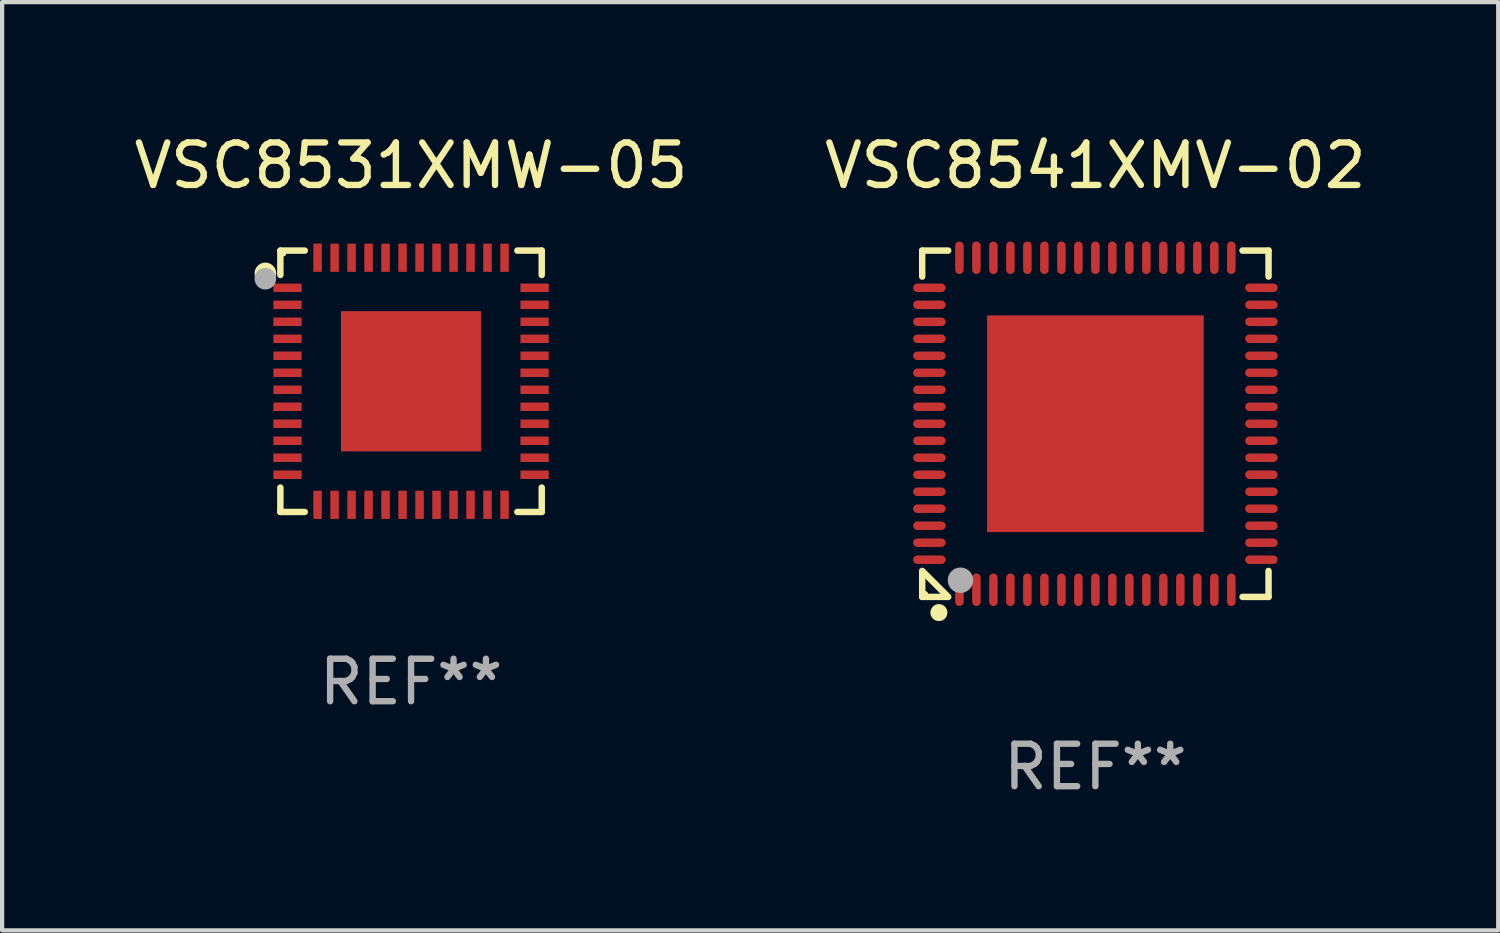
<source format=kicad_pcb>
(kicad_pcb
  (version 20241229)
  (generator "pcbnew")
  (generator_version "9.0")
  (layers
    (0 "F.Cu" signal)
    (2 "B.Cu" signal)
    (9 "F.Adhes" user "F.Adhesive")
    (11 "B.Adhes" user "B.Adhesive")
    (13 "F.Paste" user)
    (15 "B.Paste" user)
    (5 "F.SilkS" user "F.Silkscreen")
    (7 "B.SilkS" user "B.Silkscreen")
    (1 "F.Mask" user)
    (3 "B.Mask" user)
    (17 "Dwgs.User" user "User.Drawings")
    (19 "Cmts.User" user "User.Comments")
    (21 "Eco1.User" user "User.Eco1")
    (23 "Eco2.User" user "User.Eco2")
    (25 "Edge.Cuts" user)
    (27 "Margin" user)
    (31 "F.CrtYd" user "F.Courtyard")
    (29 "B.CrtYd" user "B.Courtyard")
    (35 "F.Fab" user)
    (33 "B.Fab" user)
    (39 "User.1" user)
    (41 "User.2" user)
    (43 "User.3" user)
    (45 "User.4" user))
  (footprint "VSC8531XMW-05"
    (layer "F.Cu")
    (at 6.625 5.924)
    (property "Reference" "VSC8531XMW-05" (at 0 -5.076 0) (layer "F.SilkS") (effects (font (size 1 1) (thickness 0.15))))
    (attr through_hole)
    (fp_line (start -3.076 -3.076) (end -3.076 -2.502) (stroke (width 0.152) (type solid)) (layer "F.SilkS"))
    (fp_line (start -3.076 3.076) (end -3.076 2.502) (stroke (width 0.152) (type solid)) (layer "F.SilkS"))
    (fp_line (start -2.502 -3.076) (end -3.076 -3.076) (stroke (width 0.152) (type solid)) (layer "F.SilkS"))
    (fp_line (start -2.502 3.076) (end -3.076 3.076) (stroke (width 0.152) (type solid)) (layer "F.SilkS"))
    (fp_line (start 2.502 -3.076) (end 3.076 -3.076) (stroke (width 0.152) (type solid)) (layer "F.SilkS"))
    (fp_line (start 2.502 3.076) (end 3.076 3.076) (stroke (width 0.152) (type solid)) (layer "F.SilkS"))
    (fp_line (start 3.076 -3.076) (end 3.076 -2.502) (stroke (width 0.152) (type solid)) (layer "F.SilkS"))
    (fp_line (start 3.076 3.076) (end 3.076 2.502) (stroke (width 0.152) (type solid)) (layer "F.SilkS"))
    (fp_circle (center -3.429 -2.54) (end -3.302 -2.54) (stroke (width 0.254) (type solid)) (fill no) (layer "F.SilkS"))
    (fp_circle (center -3 -3) (end -2.97 -3) (stroke (width 0.06) (type solid)) (fill no) (layer "F.SilkS"))
    (fp_circle (center -3.429 -2.413) (end -3.302 -2.413) (stroke (width 0.254) (type solid)) (fill no) (layer "F.Fab"))
    (fp_text user "REF**" (at 0 7.076 0) (layer "F.Fab") (effects (font (size 1 1) (thickness 0.15))))
    (pad "1" smd rect (at -2.908 -2.2 270) (size 0.2 0.665) (layers "F.Cu" "F.Mask" "F.Paste"))
    (pad "2" smd rect (at -2.908 -1.8 270) (size 0.2 0.665) (layers "F.Cu" "F.Mask" "F.Paste"))
    (pad "3" smd rect (at -2.908 -1.4 270) (size 0.2 0.665) (layers "F.Cu" "F.Mask" "F.Paste"))
    (pad "4" smd rect (at -2.908 -1 270) (size 0.2 0.665) (layers "F.Cu" "F.Mask" "F.Paste"))
    (pad "5" smd rect (at -2.908 -0.6 270) (size 0.2 0.665) (layers "F.Cu" "F.Mask" "F.Paste"))
    (pad "6" smd rect (at -2.908 -0.2 270) (size 0.2 0.665) (layers "F.Cu" "F.Mask" "F.Paste"))
    (pad "7" smd rect (at -2.908 0.2 270) (size 0.2 0.665) (layers "F.Cu" "F.Mask" "F.Paste"))
    (pad "8" smd rect (at -2.908 0.6 270) (size 0.2 0.665) (layers "F.Cu" "F.Mask" "F.Paste"))
    (pad "9" smd rect (at -2.908 1 270) (size 0.2 0.665) (layers "F.Cu" "F.Mask" "F.Paste"))
    (pad "10" smd rect (at -2.908 1.4 270) (size 0.2 0.665) (layers "F.Cu" "F.Mask" "F.Paste"))
    (pad "11" smd rect (at -2.908 1.8 270) (size 0.2 0.665) (layers "F.Cu" "F.Mask" "F.Paste"))
    (pad "12" smd rect (at -2.908 2.2 270) (size 0.2 0.665) (layers "F.Cu" "F.Mask" "F.Paste"))
    (pad "13" smd rect (at -2.2 2.908 270) (size 0.665 0.2) (layers "F.Cu" "F.Mask" "F.Paste"))
    (pad "14" smd rect (at -1.8 2.908 270) (size 0.665 0.2) (layers "F.Cu" "F.Mask" "F.Paste"))
    (pad "15" smd rect (at -1.4 2.908 270) (size 0.665 0.2) (layers "F.Cu" "F.Mask" "F.Paste"))
    (pad "16" smd rect (at -1 2.908 270) (size 0.665 0.2) (layers "F.Cu" "F.Mask" "F.Paste"))
    (pad "17" smd rect (at -0.6 2.908 270) (size 0.665 0.2) (layers "F.Cu" "F.Mask" "F.Paste"))
    (pad "18" smd rect (at -0.2 2.908 270) (size 0.665 0.2) (layers "F.Cu" "F.Mask" "F.Paste"))
    (pad "19" smd rect (at 0.2 2.908 270) (size 0.665 0.2) (layers "F.Cu" "F.Mask" "F.Paste"))
    (pad "20" smd rect (at 0.6 2.908 270) (size 0.665 0.2) (layers "F.Cu" "F.Mask" "F.Paste"))
    (pad "21" smd rect (at 1 2.908 270) (size 0.665 0.2) (layers "F.Cu" "F.Mask" "F.Paste"))
    (pad "22" smd rect (at 1.4 2.908 270) (size 0.665 0.2) (layers "F.Cu" "F.Mask" "F.Paste"))
    (pad "23" smd rect (at 1.8 2.908 270) (size 0.665 0.2) (layers "F.Cu" "F.Mask" "F.Paste"))
    (pad "24" smd rect (at 2.2 2.908 270) (size 0.665 0.2) (layers "F.Cu" "F.Mask" "F.Paste"))
    (pad "25" smd rect (at 2.908 2.2 270) (size 0.2 0.665) (layers "F.Cu" "F.Mask" "F.Paste"))
    (pad "26" smd rect (at 2.908 1.8 270) (size 0.2 0.665) (layers "F.Cu" "F.Mask" "F.Paste"))
    (pad "27" smd rect (at 2.908 1.4 270) (size 0.2 0.665) (layers "F.Cu" "F.Mask" "F.Paste"))
    (pad "28" smd rect (at 2.908 1 270) (size 0.2 0.665) (layers "F.Cu" "F.Mask" "F.Paste"))
    (pad "29" smd rect (at 2.908 0.6 270) (size 0.2 0.665) (layers "F.Cu" "F.Mask" "F.Paste"))
    (pad "30" smd rect (at 2.908 0.2 270) (size 0.2 0.665) (layers "F.Cu" "F.Mask" "F.Paste"))
    (pad "31" smd rect (at 2.908 -0.2 270) (size 0.2 0.665) (layers "F.Cu" "F.Mask" "F.Paste"))
    (pad "32" smd rect (at 2.908 -0.6 270) (size 0.2 0.665) (layers "F.Cu" "F.Mask" "F.Paste"))
    (pad "33" smd rect (at 2.908 -1 270) (size 0.2 0.665) (layers "F.Cu" "F.Mask" "F.Paste"))
    (pad "34" smd rect (at 2.908 -1.4 270) (size 0.2 0.665) (layers "F.Cu" "F.Mask" "F.Paste"))
    (pad "35" smd rect (at 2.908 -1.8 270) (size 0.2 0.665) (layers "F.Cu" "F.Mask" "F.Paste"))
    (pad "36" smd rect (at 2.908 -2.2 270) (size 0.2 0.665) (layers "F.Cu" "F.Mask" "F.Paste"))
    (pad "37" smd rect (at 2.2 -2.908 270) (size 0.665 0.2) (layers "F.Cu" "F.Mask" "F.Paste"))
    (pad "38" smd rect (at 1.8 -2.908 270) (size 0.665 0.2) (layers "F.Cu" "F.Mask" "F.Paste"))
    (pad "39" smd rect (at 1.4 -2.908 270) (size 0.665 0.2) (layers "F.Cu" "F.Mask" "F.Paste"))
    (pad "40" smd rect (at 1 -2.908 270) (size 0.665 0.2) (layers "F.Cu" "F.Mask" "F.Paste"))
    (pad "41" smd rect (at 0.6 -2.908 270) (size 0.665 0.2) (layers "F.Cu" "F.Mask" "F.Paste"))
    (pad "42" smd rect (at 0.2 -2.908 270) (size 0.665 0.2) (layers "F.Cu" "F.Mask" "F.Paste"))
    (pad "43" smd rect (at -0.2 -2.908 270) (size 0.665 0.2) (layers "F.Cu" "F.Mask" "F.Paste"))
    (pad "44" smd rect (at -0.6 -2.908 270) (size 0.665 0.2) (layers "F.Cu" "F.Mask" "F.Paste"))
    (pad "45" smd rect (at -1 -2.908 270) (size 0.665 0.2) (layers "F.Cu" "F.Mask" "F.Paste"))
    (pad "46" smd rect (at -1.4 -2.908 270) (size 0.665 0.2) (layers "F.Cu" "F.Mask" "F.Paste"))
    (pad "47" smd rect (at -1.8 -2.908 270) (size 0.665 0.2) (layers "F.Cu" "F.Mask" "F.Paste"))
    (pad "48" smd rect (at -2.2 -2.908 270) (size 0.665 0.2) (layers "F.Cu" "F.Mask" "F.Paste"))
    (pad "49" smd rect (at -0.000025 0.000025 270) (size 3.3 3.3) (layers "F.Cu" "F.Mask" "F.Paste")))
  (footprint "VSC8541XMV-02"
    (layer "F.Cu")
    (at 22.732 6.924)
    (property "Reference" "VSC8541XMV-02" (at 0 -6.076 0) (layer "F.SilkS") (effects (font (size 1 1) (thickness 0.15))))
    (attr through_hole)
    (fp_line (start -4.076 -4.076) (end -4.076 -3.464) (stroke (width 0.152) (type solid)) (layer "F.SilkS"))
    (fp_line (start -4.076 4.076) (end -4.076 3.464) (stroke (width 0.152) (type solid)) (layer "F.SilkS"))
    (fp_line (start -4.049 3.491) (end -3.491 4.049) (stroke (width 0.152) (type solid)) (layer "F.SilkS"))
    (fp_line (start -3.464 -4.076) (end -4.076 -4.076) (stroke (width 0.152) (type solid)) (layer "F.SilkS"))
    (fp_line (start -3.464 4.076) (end -4.076 4.076) (stroke (width 0.152) (type solid)) (layer "F.SilkS"))
    (fp_line (start 3.464 -4.076) (end 4.076 -4.076) (stroke (width 0.152) (type solid)) (layer "F.SilkS"))
    (fp_line (start 3.464 4.076) (end 4.076 4.076) (stroke (width 0.152) (type solid)) (layer "F.SilkS"))
    (fp_line (start 4.076 -4.076) (end 4.076 -3.464) (stroke (width 0.152) (type solid)) (layer "F.SilkS"))
    (fp_line (start 4.076 4.076) (end 4.076 3.464) (stroke (width 0.152) (type solid)) (layer "F.SilkS"))
    (fp_circle (center -4 4) (end -3.97 4) (stroke (width 0.06) (type solid)) (fill no) (layer "F.SilkS"))
    (fp_circle (center -3.683 4.445) (end -3.583 4.445) (stroke (width 0.2) (type solid)) (fill no) (layer "F.SilkS"))
    (fp_circle (center -3.175 3.683) (end -3.025 3.683) (stroke (width 0.3) (type solid)) (fill no) (layer "F.Fab"))
    (fp_text user "REF**" (at 0 8.076 0) (layer "F.Fab") (effects (font (size 1 1) (thickness 0.15))))
    (pad "1" smd oval (at -3.2 3.908 90) (size 0.765 0.2) (layers "F.Cu" "F.Mask" "F.Paste"))
    (pad "2" smd oval (at -2.8 3.908 90) (size 0.765 0.2) (layers "F.Cu" "F.Mask" "F.Paste"))
    (pad "3" smd oval (at -2.4 3.908 90) (size 0.765 0.2) (layers "F.Cu" "F.Mask" "F.Paste"))
    (pad "4" smd oval (at -2 3.908 90) (size 0.765 0.2) (layers "F.Cu" "F.Mask" "F.Paste"))
    (pad "5" smd oval (at -1.6 3.908 90) (size 0.765 0.2) (layers "F.Cu" "F.Mask" "F.Paste"))
    (pad "6" smd oval (at -1.2 3.908 90) (size 0.765 0.2) (layers "F.Cu" "F.Mask" "F.Paste"))
    (pad "7" smd oval (at -0.8 3.908 90) (size 0.765 0.2) (layers "F.Cu" "F.Mask" "F.Paste"))
    (pad "8" smd oval (at -0.4 3.908 90) (size 0.765 0.2) (layers "F.Cu" "F.Mask" "F.Paste"))
    (pad "9" smd oval (at 0.000076 3.908 90) (size 0.765 0.2) (layers "F.Cu" "F.Mask" "F.Paste"))
    (pad "10" smd oval (at 0.4 3.908 90) (size 0.765 0.2) (layers "F.Cu" "F.Mask" "F.Paste"))
    (pad "11" smd oval (at 0.8 3.908 90) (size 0.765 0.2) (layers "F.Cu" "F.Mask" "F.Paste"))
    (pad "12" smd oval (at 1.2 3.908 90) (size 0.765 0.2) (layers "F.Cu" "F.Mask" "F.Paste"))
    (pad "13" smd oval (at 1.6 3.908 90) (size 0.765 0.2) (layers "F.Cu" "F.Mask" "F.Paste"))
    (pad "14" smd oval (at 2 3.908 90) (size 0.765 0.2) (layers "F.Cu" "F.Mask" "F.Paste"))
    (pad "15" smd oval (at 2.4 3.908 90) (size 0.765 0.2) (layers "F.Cu" "F.Mask" "F.Paste"))
    (pad "16" smd oval (at 2.8 3.908 90) (size 0.765 0.2) (layers "F.Cu" "F.Mask" "F.Paste"))
    (pad "17" smd oval (at 3.2 3.908 90) (size 0.765 0.2) (layers "F.Cu" "F.Mask" "F.Paste"))
    (pad "18" smd oval (at 3.908 3.2 90) (size 0.2 0.765) (layers "F.Cu" "F.Mask" "F.Paste"))
    (pad "19" smd oval (at 3.908 2.8 90) (size 0.2 0.765) (layers "F.Cu" "F.Mask" "F.Paste"))
    (pad "20" smd oval (at 3.908 2.4 90) (size 0.2 0.765) (layers "F.Cu" "F.Mask" "F.Paste"))
    (pad "21" smd oval (at 3.908 2 90) (size 0.2 0.765) (layers "F.Cu" "F.Mask" "F.Paste"))
    (pad "22" smd oval (at 3.908 1.6 90) (size 0.2 0.765) (layers "F.Cu" "F.Mask" "F.Paste"))
    (pad "23" smd oval (at 3.908 1.2 90) (size 0.2 0.765) (layers "F.Cu" "F.Mask" "F.Paste"))
    (pad "24" smd oval (at 3.908 0.8 90) (size 0.2 0.765) (layers "F.Cu" "F.Mask" "F.Paste"))
    (pad "25" smd oval (at 3.908 0.4 90) (size 0.2 0.765) (layers "F.Cu" "F.Mask" "F.Paste"))
    (pad "26" smd oval (at 3.908 0.000076 90) (size 0.2 0.765) (layers "F.Cu" "F.Mask" "F.Paste"))
    (pad "27" smd oval (at 3.908 -0.4 90) (size 0.2 0.765) (layers "F.Cu" "F.Mask" "F.Paste"))
    (pad "28" smd oval (at 3.908 -0.8 90) (size 0.2 0.765) (layers "F.Cu" "F.Mask" "F.Paste"))
    (pad "29" smd oval (at 3.908 -1.2 90) (size 0.2 0.765) (layers "F.Cu" "F.Mask" "F.Paste"))
    (pad "30" smd oval (at 3.908 -1.6 90) (size 0.2 0.765) (layers "F.Cu" "F.Mask" "F.Paste"))
    (pad "31" smd oval (at 3.908 -2 90) (size 0.2 0.765) (layers "F.Cu" "F.Mask" "F.Paste"))
    (pad "32" smd oval (at 3.908 -2.4 90) (size 0.2 0.765) (layers "F.Cu" "F.Mask" "F.Paste"))
    (pad "33" smd oval (at 3.908 -2.8 90) (size 0.2 0.765) (layers "F.Cu" "F.Mask" "F.Paste"))
    (pad "34" smd oval (at 3.908 -3.2 90) (size 0.2 0.765) (layers "F.Cu" "F.Mask" "F.Paste"))
    (pad "35" smd oval (at 3.2 -3.907 90) (size 0.765 0.2) (layers "F.Cu" "F.Mask" "F.Paste"))
    (pad "36" smd oval (at 2.8 -3.907 90) (size 0.765 0.2) (layers "F.Cu" "F.Mask" "F.Paste"))
    (pad "37" smd oval (at 2.4 -3.907 90) (size 0.765 0.2) (layers "F.Cu" "F.Mask" "F.Paste"))
    (pad "38" smd oval (at 2 -3.907 90) (size 0.765 0.2) (layers "F.Cu" "F.Mask" "F.Paste"))
    (pad "39" smd oval (at 1.6 -3.907 90) (size 0.765 0.2) (layers "F.Cu" "F.Mask" "F.Paste"))
    (pad "40" smd oval (at 1.2 -3.907 90) (size 0.765 0.2) (layers "F.Cu" "F.Mask" "F.Paste"))
    (pad "41" smd oval (at 0.8 -3.907 90) (size 0.765 0.2) (layers "F.Cu" "F.Mask" "F.Paste"))
    (pad "42" smd oval (at 0.4 -3.907 90) (size 0.765 0.2) (layers "F.Cu" "F.Mask" "F.Paste"))
    (pad "43" smd oval (at 0.000076 -3.907 90) (size 0.765 0.2) (layers "F.Cu" "F.Mask" "F.Paste"))
    (pad "44" smd oval (at -0.4 -3.907 90) (size 0.765 0.2) (layers "F.Cu" "F.Mask" "F.Paste"))
    (pad "45" smd oval (at -0.8 -3.907 90) (size 0.765 0.2) (layers "F.Cu" "F.Mask" "F.Paste"))
    (pad "46" smd oval (at -1.2 -3.907 90) (size 0.765 0.2) (layers "F.Cu" "F.Mask" "F.Paste"))
    (pad "47" smd oval (at -1.6 -3.907 90) (size 0.765 0.2) (layers "F.Cu" "F.Mask" "F.Paste"))
    (pad "48" smd oval (at -2 -3.907 90) (size 0.765 0.2) (layers "F.Cu" "F.Mask" "F.Paste"))
    (pad "49" smd oval (at -2.4 -3.907 90) (size 0.765 0.2) (layers "F.Cu" "F.Mask" "F.Paste"))
    (pad "50" smd oval (at -2.8 -3.907 90) (size 0.765 0.2) (layers "F.Cu" "F.Mask" "F.Paste"))
    (pad "51" smd oval (at -3.2 -3.907 90) (size 0.765 0.2) (layers "F.Cu" "F.Mask" "F.Paste"))
    (pad "52" smd oval (at -3.907 -3.2 90) (size 0.2 0.765) (layers "F.Cu" "F.Mask" "F.Paste"))
    (pad "53" smd oval (at -3.907 -2.8 90) (size 0.2 0.765) (layers "F.Cu" "F.Mask" "F.Paste"))
    (pad "54" smd oval (at -3.907 -2.4 90) (size 0.2 0.765) (layers "F.Cu" "F.Mask" "F.Paste"))
    (pad "55" smd oval (at -3.907 -2 90) (size 0.2 0.765) (layers "F.Cu" "F.Mask" "F.Paste"))
    (pad "56" smd oval (at -3.907 -1.6 90) (size 0.2 0.765) (layers "F.Cu" "F.Mask" "F.Paste"))
    (pad "57" smd oval (at -3.907 -1.2 90) (size 0.2 0.765) (layers "F.Cu" "F.Mask" "F.Paste"))
    (pad "58" smd oval (at -3.907 -0.8 90) (size 0.2 0.765) (layers "F.Cu" "F.Mask" "F.Paste"))
    (pad "59" smd oval (at -3.907 -0.4 90) (size 0.2 0.765) (layers "F.Cu" "F.Mask" "F.Paste"))
    (pad "60" smd oval (at -3.907 0.000076 90) (size 0.2 0.765) (layers "F.Cu" "F.Mask" "F.Paste"))
    (pad "61" smd oval (at -3.907 0.4 90) (size 0.2 0.765) (layers "F.Cu" "F.Mask" "F.Paste"))
    (pad "62" smd oval (at -3.907 0.8 90) (size 0.2 0.765) (layers "F.Cu" "F.Mask" "F.Paste"))
    (pad "63" smd oval (at -3.907 1.2 90) (size 0.2 0.765) (layers "F.Cu" "F.Mask" "F.Paste"))
    (pad "64" smd oval (at -3.907 1.6 90) (size 0.2 0.765) (layers "F.Cu" "F.Mask" "F.Paste"))
    (pad "65" smd oval (at -3.907 2 90) (size 0.2 0.765) (layers "F.Cu" "F.Mask" "F.Paste"))
    (pad "66" smd oval (at -3.907 2.4 90) (size 0.2 0.765) (layers "F.Cu" "F.Mask" "F.Paste"))
    (pad "67" smd oval (at -3.907 2.8 90) (size 0.2 0.765) (layers "F.Cu" "F.Mask" "F.Paste"))
    (pad "68" smd oval (at -3.907 3.2 90) (size 0.2 0.765) (layers "F.Cu" "F.Mask" "F.Paste"))
    (pad "69" smd rect (at 0.000076 0.000076 90) (size 5.1 5.1) (layers "F.Cu" "F.Mask" "F.Paste")))
  (gr_rect
    (start -3 -3)
    (end 32.214 18.849)
    (stroke (width 0.1) (type default))
    (fill no)
    (layer "Edge.Cuts")))
</source>
